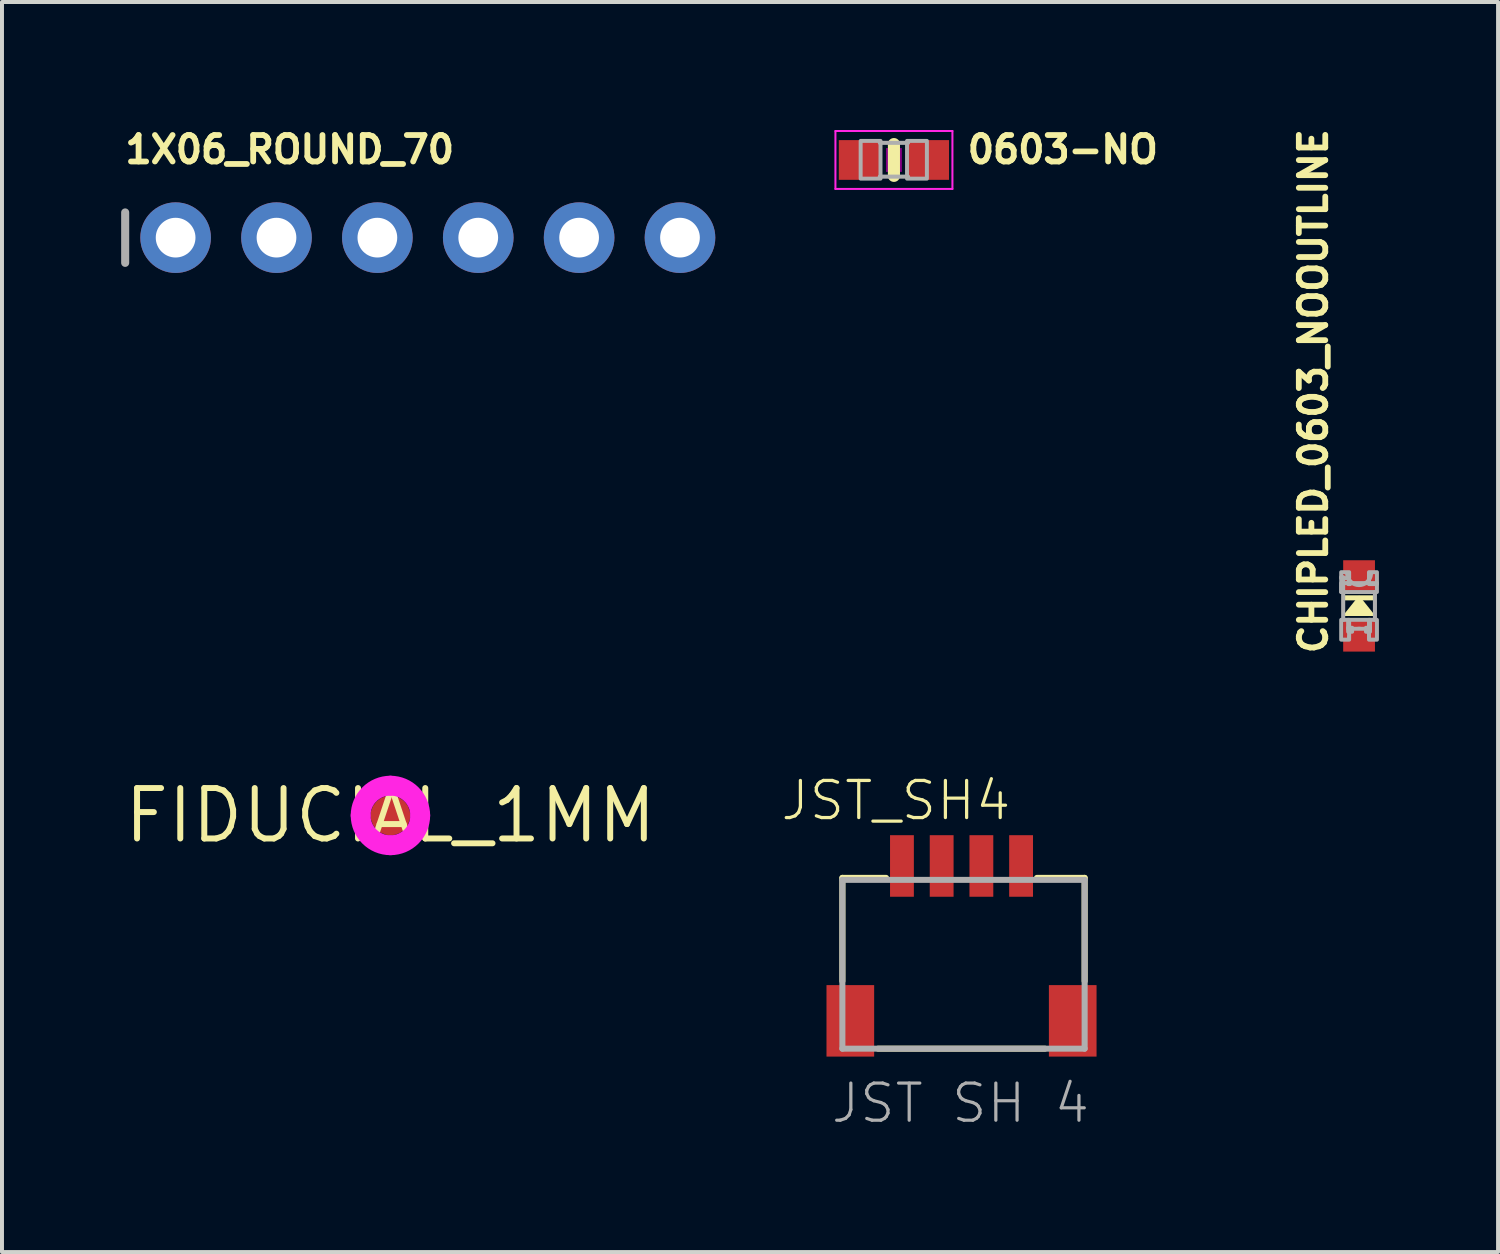
<source format=kicad_pcb>
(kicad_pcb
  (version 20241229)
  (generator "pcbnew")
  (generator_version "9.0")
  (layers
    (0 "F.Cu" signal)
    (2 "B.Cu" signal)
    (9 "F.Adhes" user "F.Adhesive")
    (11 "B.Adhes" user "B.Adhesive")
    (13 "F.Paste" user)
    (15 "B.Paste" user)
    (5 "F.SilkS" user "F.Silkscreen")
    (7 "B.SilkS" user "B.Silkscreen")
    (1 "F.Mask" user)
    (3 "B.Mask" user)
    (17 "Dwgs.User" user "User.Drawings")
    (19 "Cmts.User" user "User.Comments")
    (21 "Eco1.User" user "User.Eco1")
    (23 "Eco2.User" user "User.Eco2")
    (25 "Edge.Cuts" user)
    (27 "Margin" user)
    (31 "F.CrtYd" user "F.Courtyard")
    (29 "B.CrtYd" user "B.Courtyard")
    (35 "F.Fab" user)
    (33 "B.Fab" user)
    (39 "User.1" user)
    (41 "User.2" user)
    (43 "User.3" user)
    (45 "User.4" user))
  (footprint "FIDUCIAL_1MM"
    (layer "F.Cu")
    (at 6.781 17.483)
    (property "Reference" "FIDUCIAL_1MM" (at 0 0 0) (layer "F.SilkS") (effects (font (size 1.27 1.27) (thickness 0.15))))
    (fp_arc (start -0.75 0) (mid -0.53033 -0.53033) (end 0 -0.75) (stroke (width 0.5) (type solid)) (layer "F.Mask"))
    (fp_arc (start 0 -0.75) (mid 0.53033 -0.53033) (end 0.75 0) (stroke (width 0.5) (type solid)) (layer "F.Mask"))
    (fp_arc (start 0 0.75) (mid -0.53033 0.53033) (end -0.75 0) (stroke (width 0.5) (type solid)) (layer "F.Mask"))
    (fp_arc (start 0.75 0) (mid 0.53033 0.53033) (end 0 0.75) (stroke (width 0.5) (type solid)) (layer "F.Mask"))
    (fp_arc (start -0.75 0) (mid -0.53033 -0.53033) (end 0 -0.75) (stroke (width 0.5) (type solid)) (layer "F.CrtYd"))
    (fp_arc (start 0 -0.75) (mid 0.53033 -0.53033) (end 0.75 0) (stroke (width 0.5) (type solid)) (layer "F.CrtYd"))
    (fp_arc (start 0 0.75) (mid -0.53033 0.53033) (end -0.75 0) (stroke (width 0.5) (type solid)) (layer "F.CrtYd"))
    (fp_arc (start 0.75 0) (mid 0.53033 0.53033) (end 0 0.75) (stroke (width 0.5) (type solid)) (layer "F.CrtYd"))
    (pad "1" smd roundrect (at 0 0) (size 1 1) (layers "F.Cu" "F.Mask") (roundrect_rratio 0.5)))
  (footprint "0603-NO"
    (layer "F.Cu")
    (at 19.459 0.978)
    (property "Reference" "0603-NO" (at 1.778 0.127 0) (layer "F.SilkS") (effects (font (size 0.666 0.666) (thickness 0.146)) (justify left bottom)))
    (fp_line (start 0 -0.4) (end 0 0.4) (stroke (width 0.305) (type solid)) (layer "F.SilkS"))
    (fp_poly (pts (xy -0.2 0.3) (xy 0.2 0.3) (xy 0.2 -0.3) (xy -0.2 -0.3)) (stroke (width 0) (type solid)) (fill yes) (layer "F.Adhes"))
    (fp_line (start -1.473 -0.729) (end 1.473 -0.729) (stroke (width 0.051) (type solid)) (layer "F.CrtYd"))
    (fp_line (start -1.473 0.729) (end -1.473 -0.729) (stroke (width 0.051) (type solid)) (layer "F.CrtYd"))
    (fp_line (start 1.473 -0.729) (end 1.473 0.729) (stroke (width 0.051) (type solid)) (layer "F.CrtYd"))
    (fp_line (start 1.473 0.729) (end -1.473 0.729) (stroke (width 0.051) (type solid)) (layer "F.CrtYd"))
    (fp_line (start -0.356 -0.432) (end 0.356 -0.432) (stroke (width 0.102) (type solid)) (layer "F.Fab"))
    (fp_line (start -0.356 0.419) (end 0.356 0.419) (stroke (width 0.102) (type solid)) (layer "F.Fab"))
    (fp_poly (pts (xy -0.838 0.47) (xy -0.338 0.47) (xy -0.338 -0.48) (xy -0.838 -0.48)) (stroke (width 0.1) (type solid)) (fill no) (layer "F.Fab"))
    (fp_poly (pts (xy 0.33 0.47) (xy 0.83 0.47) (xy 0.83 -0.48) (xy 0.33 -0.48)) (stroke (width 0.1) (type solid)) (fill no) (layer "F.Fab"))
    (pad "1" smd rect (at -0.85 0) (size 1.075 1) (layers "F.Cu" "F.Mask" "F.Paste"))
    (pad "2" smd rect (at 0.85 0) (size 1.075 1) (layers "F.Cu" "F.Mask" "F.Paste")))
  (footprint "CHIPLED_0603_NOOUTLINE"
    (layer "F.Cu")
    (at 31.171 12.207)
    (property "Reference" "CHIPLED_0603_NOOUTLINE" (at -0.762 1.27 90) (layer "F.SilkS") (effects (font (size 0.666 0.666) (thickness 0.146)) (justify left bottom)))
    (fp_poly (pts (xy 0.413 0.254) (xy -0.413 0.254) (xy 0 -0.262)) (stroke (width 0) (type solid)) (fill yes) (layer "F.SilkS"))
    (fp_poly (pts (xy -0.381 -0.14) (xy 0.381 -0.14) (xy 0.381 -0.267) (xy -0.381 -0.267)) (stroke (width 0) (type solid)) (fill yes) (layer "F.SilkS"))
    (fp_line (start -0.4 -0.375) (end -0.4 0.35) (stroke (width 0.102) (type solid)) (layer "F.Fab"))
    (fp_line (start 0.4 -0.35) (end 0.4 0.35) (stroke (width 0.102) (type solid)) (layer "F.Fab"))
    (fp_arc (start -0.275 0.825) (mid 0 0.55) (end 0.275 0.825) (stroke (width 0.0508) (type solid)) (layer "F.Fab"))
    (fp_arc (start 0.3 -0.799998) (mid -0.000001 -0.524966) (end -0.3 -0.8) (stroke (width 0.1016) (type solid)) (layer "F.Fab"))
    (fp_circle (center -0.35 -0.625) (end -0.275 -0.625) (stroke (width 0.051) (type solid)) (fill no) (layer "F.Fab"))
    (fp_poly (pts (xy -0.45 -0.7) (xy -0.25 -0.7) (xy -0.25 -0.85) (xy -0.45 -0.85)) (stroke (width 0.1) (type solid)) (fill no) (layer "F.Fab"))
    (fp_poly (pts (xy -0.45 -0.35) (xy -0.4 -0.35) (xy -0.4 -0.725) (xy -0.45 -0.725)) (stroke (width 0.1) (type solid)) (fill no) (layer "F.Fab"))
    (fp_poly (pts (xy -0.45 -0.35) (xy 0.45 -0.35) (xy 0.45 -0.575) (xy -0.45 -0.575)) (stroke (width 0.1) (type solid)) (fill no) (layer "F.Fab"))
    (fp_poly (pts (xy -0.45 0.85) (xy -0.25 0.85) (xy -0.25 0.35) (xy -0.45 0.35)) (stroke (width 0.1) (type solid)) (fill no) (layer "F.Fab"))
    (fp_poly (pts (xy -0.275 -0.55) (xy -0.225 -0.55) (xy -0.225 -0.6) (xy -0.275 -0.6)) (stroke (width 0.1) (type solid)) (fill no) (layer "F.Fab"))
    (fp_poly (pts (xy -0.275 0.575) (xy 0.275 0.575) (xy 0.275 0.35) (xy -0.275 0.35)) (stroke (width 0.1) (type solid)) (fill no) (layer "F.Fab"))
    (fp_poly (pts (xy -0.275 0.65) (xy -0.175 0.65) (xy -0.175 0.55) (xy -0.275 0.55)) (stroke (width 0.1) (type solid)) (fill no) (layer "F.Fab"))
    (fp_poly (pts (xy 0.175 0.65) (xy 0.275 0.65) (xy 0.275 0.55) (xy 0.175 0.55)) (stroke (width 0.1) (type solid)) (fill no) (layer "F.Fab"))
    (fp_poly (pts (xy 0.25 -0.55) (xy 0.45 -0.55) (xy 0.45 -0.85) (xy 0.25 -0.85)) (stroke (width 0.1) (type solid)) (fill no) (layer "F.Fab"))
    (fp_poly (pts (xy 0.25 0.85) (xy 0.45 0.85) (xy 0.45 0.35) (xy 0.25 0.35)) (stroke (width 0.1) (type solid)) (fill no) (layer "F.Fab"))
    (pad "A" smd rect (at 0 0.75) (size 0.8 0.8) (layers "F.Cu" "F.Mask" "F.Paste"))
    (pad "C" smd rect (at 0 -0.75) (size 0.8 0.8) (layers "F.Cu" "F.Mask" "F.Paste")))
  (footprint "1X06_ROUND_70"
    (layer "F.Cu")
    (at 7.722 2.934)
    (property "Reference" "1X06_ROUND_70" (at -7.696 -1.829 0) (layer "F.SilkS") (effects (font (size 0.666 0.666) (thickness 0.146)) (justify left bottom)))
    (fp_line (start -7.62 -0.635) (end -7.62 0.635) (stroke (width 0.203) (type solid)) (layer "F.Fab"))
    (fp_poly (pts (xy -6.604 0.254) (xy -6.096 0.254) (xy -6.096 -0.254) (xy -6.604 -0.254)) (stroke (width 0.1) (type solid)) (fill no) (layer "F.Fab"))
    (fp_poly (pts (xy -4.064 0.254) (xy -3.556 0.254) (xy -3.556 -0.254) (xy -4.064 -0.254)) (stroke (width 0.1) (type solid)) (fill no) (layer "F.Fab"))
    (fp_poly (pts (xy -1.524 0.254) (xy -1.016 0.254) (xy -1.016 -0.254) (xy -1.524 -0.254)) (stroke (width 0.1) (type solid)) (fill no) (layer "F.Fab"))
    (fp_poly (pts (xy 1.016 0.254) (xy 1.524 0.254) (xy 1.524 -0.254) (xy 1.016 -0.254)) (stroke (width 0.1) (type solid)) (fill no) (layer "F.Fab"))
    (fp_poly (pts (xy 3.556 0.254) (xy 4.064 0.254) (xy 4.064 -0.254) (xy 3.556 -0.254)) (stroke (width 0.1) (type solid)) (fill no) (layer "F.Fab"))
    (fp_poly (pts (xy 6.096 0.254) (xy 6.604 0.254) (xy 6.604 -0.254) (xy 6.096 -0.254)) (stroke (width 0.1) (type solid)) (fill no) (layer "F.Fab"))
    (pad "1" thru_hole circle (at -6.35 0 90) (size 1.778 1.778) (drill 1) (layers "*.Cu" "*.Mask"))
    (pad "2" thru_hole circle (at -3.81 0 90) (size 1.778 1.778) (drill 1) (layers "*.Cu" "*.Mask"))
    (pad "3" thru_hole circle (at -1.27 0 90) (size 1.778 1.778) (drill 1) (layers "*.Cu" "*.Mask"))
    (pad "4" thru_hole circle (at 1.27 0 90) (size 1.778 1.778) (drill 1) (layers "*.Cu" "*.Mask"))
    (pad "5" thru_hole circle (at 3.81 0 90) (size 1.778 1.778) (drill 1) (layers "*.Cu" "*.Mask"))
    (pad "6" thru_hole circle (at 6.35 0 90) (size 1.778 1.778) (drill 1) (layers "*.Cu" "*.Mask")))
  (footprint "JST_SH4"
    (layer "F.Cu")
    (at 21.161 21.269)
    (property "Reference" "JST_SH4" (at -4.6 -3.614 0) (layer "F.SilkS") (effects (font (size 0.935 0.935) (thickness 0.081)) (justify left bottom)))
    (fp_line (start -3 -2.214) (end -1.9 -2.214) (stroke (width 0.152) (type solid)) (layer "F.SilkS"))
    (fp_line (start -3 0.386) (end -3 -2.214) (stroke (width 0.152) (type solid)) (layer "F.SilkS"))
    (fp_line (start -2.1 2.086) (end 2.1 2.086) (stroke (width 0.152) (type solid)) (layer "F.SilkS"))
    (fp_line (start 1.9 -2.214) (end 3.1 -2.214) (stroke (width 0.152) (type solid)) (layer "F.SilkS"))
    (fp_line (start 3.1 -2.214) (end 3.1 0.386) (stroke (width 0.152) (type solid)) (layer "F.SilkS"))
    (fp_line (start -3 -2.164) (end 3.1 -2.164) (stroke (width 0.152) (type solid)) (layer "F.Fab"))
    (fp_line (start -3 2.086) (end -3 -2.164) (stroke (width 0.152) (type solid)) (layer "F.Fab"))
    (fp_line (start 3.1 -2.164) (end 3.1 2.086) (stroke (width 0.152) (type solid)) (layer "F.Fab"))
    (fp_line (start 3.1 2.086) (end -3 2.086) (stroke (width 0.152) (type solid)) (layer "F.Fab"))
    (fp_text user "JST SH 4" (at -3.33 4.006 0) (layer "F.Fab") (effects (font (size 0.935 0.935) (thickness 0.081)) (justify left bottom)))
    (pad "1" smd rect (at -1.5 -2.514 90) (size 1.55 0.6) (layers "F.Cu" "F.Mask" "F.Paste"))
    (pad "2" smd rect (at -0.5 -2.514 90) (size 1.55 0.6) (layers "F.Cu" "F.Mask" "F.Paste"))
    (pad "3" smd rect (at 0.5 -2.514 90) (size 1.55 0.6) (layers "F.Cu" "F.Mask" "F.Paste"))
    (pad "4" smd rect (at 1.5 -2.514 90) (size 1.55 0.6) (layers "F.Cu" "F.Mask" "F.Paste"))
    (pad "MT1" smd rect (at -2.8 1.386 90) (size 1.8 1.2) (layers "F.Cu" "F.Mask" "F.Paste"))
    (pad "MT2" smd rect (at 2.8 1.386 90) (size 1.8 1.2) (layers "F.Cu" "F.Mask" "F.Paste")))
  (gr_rect
    (start -3 -3)
    (end 34.671 28.476)
    (stroke (width 0.1) (type default))
    (fill no)
    (layer "Edge.Cuts")))
</source>
